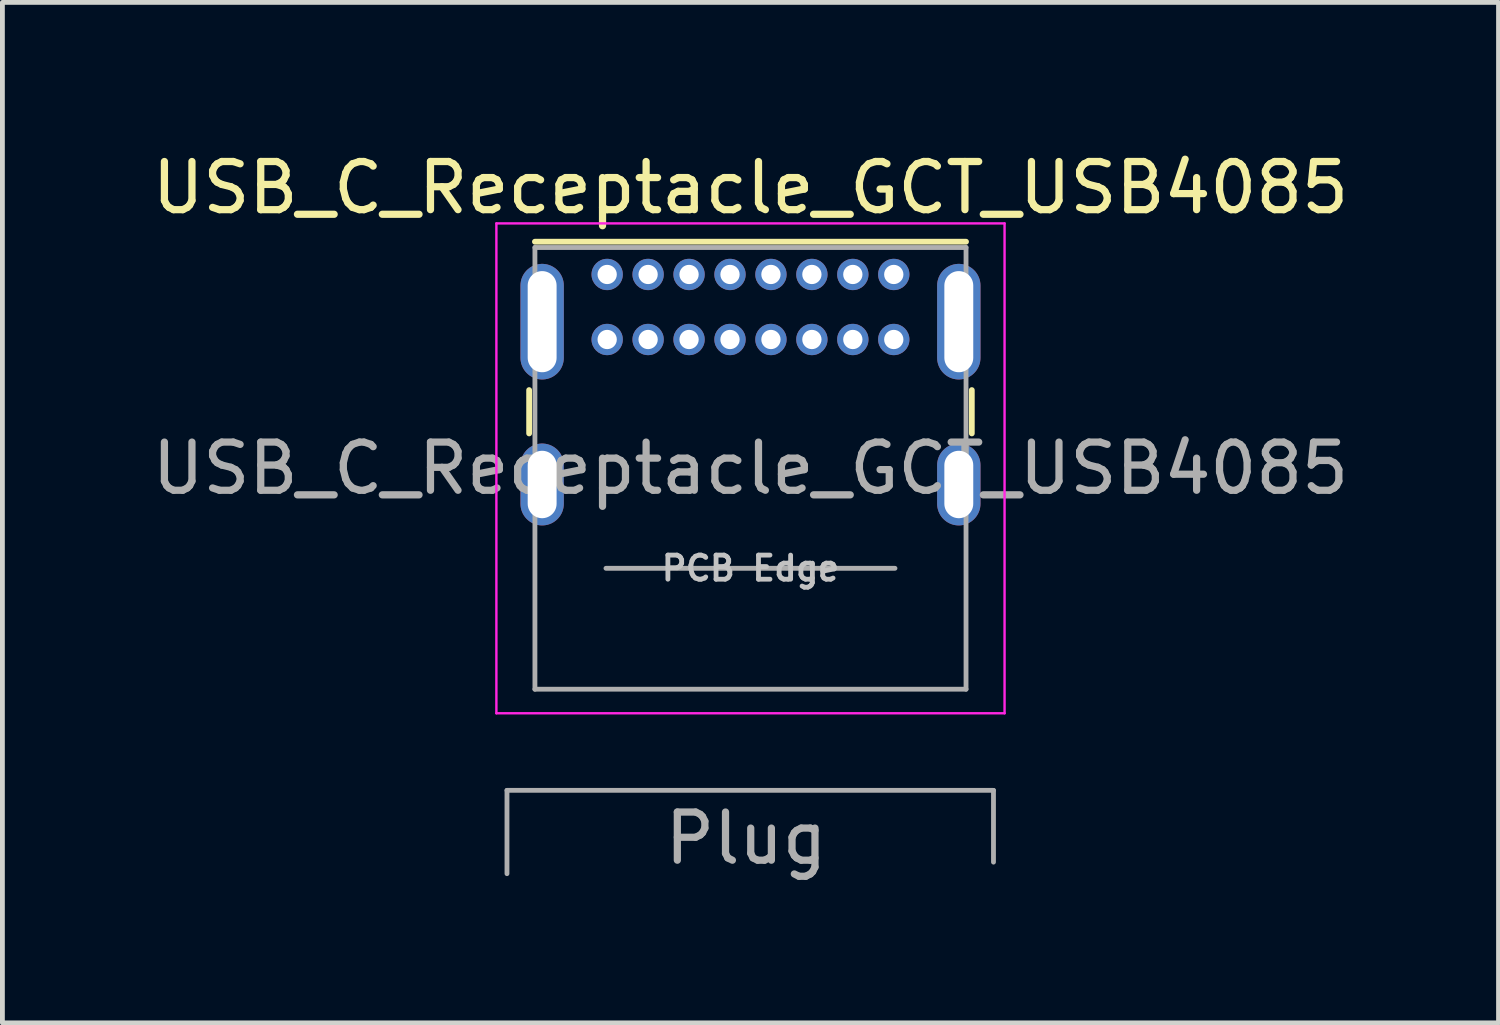
<source format=kicad_pcb>
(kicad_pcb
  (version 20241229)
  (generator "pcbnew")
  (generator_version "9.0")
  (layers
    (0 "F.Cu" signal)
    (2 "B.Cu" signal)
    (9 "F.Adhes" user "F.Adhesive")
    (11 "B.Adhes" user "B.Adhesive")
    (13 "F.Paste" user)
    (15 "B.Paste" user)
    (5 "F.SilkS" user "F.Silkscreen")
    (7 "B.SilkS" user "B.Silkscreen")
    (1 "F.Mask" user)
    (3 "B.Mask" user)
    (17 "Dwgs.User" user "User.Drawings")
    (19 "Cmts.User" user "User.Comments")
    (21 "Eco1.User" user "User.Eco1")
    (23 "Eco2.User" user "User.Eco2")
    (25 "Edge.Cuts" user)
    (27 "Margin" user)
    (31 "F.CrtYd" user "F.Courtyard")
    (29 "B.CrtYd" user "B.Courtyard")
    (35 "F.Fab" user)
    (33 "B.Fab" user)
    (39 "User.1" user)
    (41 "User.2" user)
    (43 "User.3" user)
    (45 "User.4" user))
  (footprint "USB_C_Receptacle_GCT_USB4085"
    (layer "F.Cu")
    (at 9.555 2.648)
    (property "Reference" "USB_C_Receptacle_GCT_USB4085" (at 2.975 -1.8 0) (layer "F.SilkS") (effects (font (size 1 1) (thickness 0.15))))
    (attr through_hole)
    (fp_line (start -1.62 2.4) (end -1.62 3.3) (stroke (width 0.12) (type solid)) (layer "F.SilkS"))
    (fp_line (start -1.5 -0.68) (end 7.45 -0.68) (stroke (width 0.12) (type solid)) (layer "F.SilkS"))
    (fp_line (start 7.57 2.4) (end 7.57 3.3) (stroke (width 0.12) (type solid)) (layer "F.SilkS"))
    (fp_line (start -2.3 -1.06) (end -2.3 9.11) (stroke (width 0.05) (type solid)) (layer "F.CrtYd"))
    (fp_line (start -2.3 -1.06) (end 8.25 -1.06) (stroke (width 0.05) (type solid)) (layer "F.CrtYd"))
    (fp_line (start -2.3 9.11) (end 8.25 9.11) (stroke (width 0.05) (type solid)) (layer "F.CrtYd"))
    (fp_line (start 8.25 -1.06) (end 8.25 9.11) (stroke (width 0.05) (type solid)) (layer "F.CrtYd"))
    (fp_line (start -2.08 10.71) (end -2.08 12.44) (stroke (width 0.1) (type default)) (layer "F.Fab"))
    (fp_line (start -2.08 10.71) (end 8.02 10.71) (stroke (width 0.1) (type solid)) (layer "F.Fab"))
    (fp_line (start -1.5 -0.56) (end -1.5 8.61) (stroke (width 0.1) (type solid)) (layer "F.Fab"))
    (fp_line (start -1.5 -0.56) (end 7.45 -0.56) (stroke (width 0.1) (type solid)) (layer "F.Fab"))
    (fp_line (start -1.5 8.61) (end 7.45 8.61) (stroke (width 0.1) (type solid)) (layer "F.Fab"))
    (fp_line (start -0.025 6.1) (end 5.975 6.1) (stroke (width 0.1) (type solid)) (layer "F.Fab"))
    (fp_line (start 7.45 -0.56) (end 7.45 8.61) (stroke (width 0.1) (type solid)) (layer "F.Fab"))
    (fp_line (start 8.02 10.71) (end 8.02 12.2) (stroke (width 0.1) (type default)) (layer "F.Fab"))
    (fp_text user "PCB Edge" (at 2.975 6.1 0) (layer "Dwgs.User") (effects (font (size 0.5 0.5) (thickness 0.1))))
    (fp_text user "Plug" (at 1.12 12.29 0) (unlocked yes) (layer "F.Fab") (effects (font (size 1 1) (thickness 0.15)) (justify left bottom)))
    (fp_text user "${REFERENCE}" (at 2.975 4.025 0) (layer "F.Fab") (effects (font (size 1 1) (thickness 0.15))))
    (pad "A1" thru_hole circle (at 0 0) (size 0.65 0.65) (drill 0.4) (layers "*.Cu" "*.Mask"))
    (pad "A4" thru_hole circle (at 0.85 0) (size 0.65 0.65) (drill 0.4) (layers "*.Cu" "*.Mask"))
    (pad "A5" thru_hole circle (at 1.7 0) (size 0.65 0.65) (drill 0.4) (layers "*.Cu" "*.Mask"))
    (pad "A6" thru_hole circle (at 2.55 0) (size 0.65 0.65) (drill 0.4) (layers "*.Cu" "*.Mask"))
    (pad "A7" thru_hole circle (at 3.4 0) (size 0.65 0.65) (drill 0.4) (layers "*.Cu" "*.Mask"))
    (pad "A8" thru_hole circle (at 4.25 0) (size 0.65 0.65) (drill 0.4) (layers "*.Cu" "*.Mask"))
    (pad "A9" thru_hole circle (at 5.1 0) (size 0.65 0.65) (drill 0.4) (layers "*.Cu" "*.Mask"))
    (pad "A12" thru_hole circle (at 5.95 0) (size 0.65 0.65) (drill 0.4) (layers "*.Cu" "*.Mask"))
    (pad "B1" thru_hole circle (at 5.95 1.35) (size 0.65 0.65) (drill 0.4) (layers "*.Cu" "*.Mask"))
    (pad "B4" thru_hole circle (at 5.1 1.35) (size 0.65 0.65) (drill 0.4) (layers "*.Cu" "*.Mask"))
    (pad "B5" thru_hole circle (at 4.25 1.35) (size 0.65 0.65) (drill 0.4) (layers "*.Cu" "*.Mask"))
    (pad "B6" thru_hole circle (at 3.4 1.35) (size 0.65 0.65) (drill 0.4) (layers "*.Cu" "*.Mask"))
    (pad "B7" thru_hole circle (at 2.55 1.35) (size 0.65 0.65) (drill 0.4) (layers "*.Cu" "*.Mask"))
    (pad "B8" thru_hole circle (at 1.7 1.35) (size 0.65 0.65) (drill 0.4) (layers "*.Cu" "*.Mask"))
    (pad "B9" thru_hole circle (at 0.85 1.35) (size 0.65 0.65) (drill 0.4) (layers "*.Cu" "*.Mask"))
    (pad "B12" thru_hole circle (at 0 1.35) (size 0.65 0.65) (drill 0.4) (layers "*.Cu" "*.Mask"))
    (pad "S1" thru_hole oval (at -1.35 0.98) (size 0.9 2.4) (drill oval 0.6 2.1) (layers "*.Cu" "*.Mask"))
    (pad "S1" thru_hole oval (at -1.35 4.36) (size 0.9 1.7) (drill oval 0.6 1.4) (layers "*.Cu" "*.Mask"))
    (pad "S1" thru_hole oval (at 7.3 0.98) (size 0.9 2.4) (drill oval 0.6 2.1) (layers "*.Cu" "*.Mask"))
    (pad "S1" thru_hole oval (at 7.3 4.36) (size 0.9 1.7) (drill oval 0.6 1.4) (layers "*.Cu" "*.Mask")))
  (gr_rect
    (start -3 -3)
    (end 28.06 18.185)
    (stroke (width 0.1) (type default))
    (fill no)
    (layer "Edge.Cuts")))
</source>
